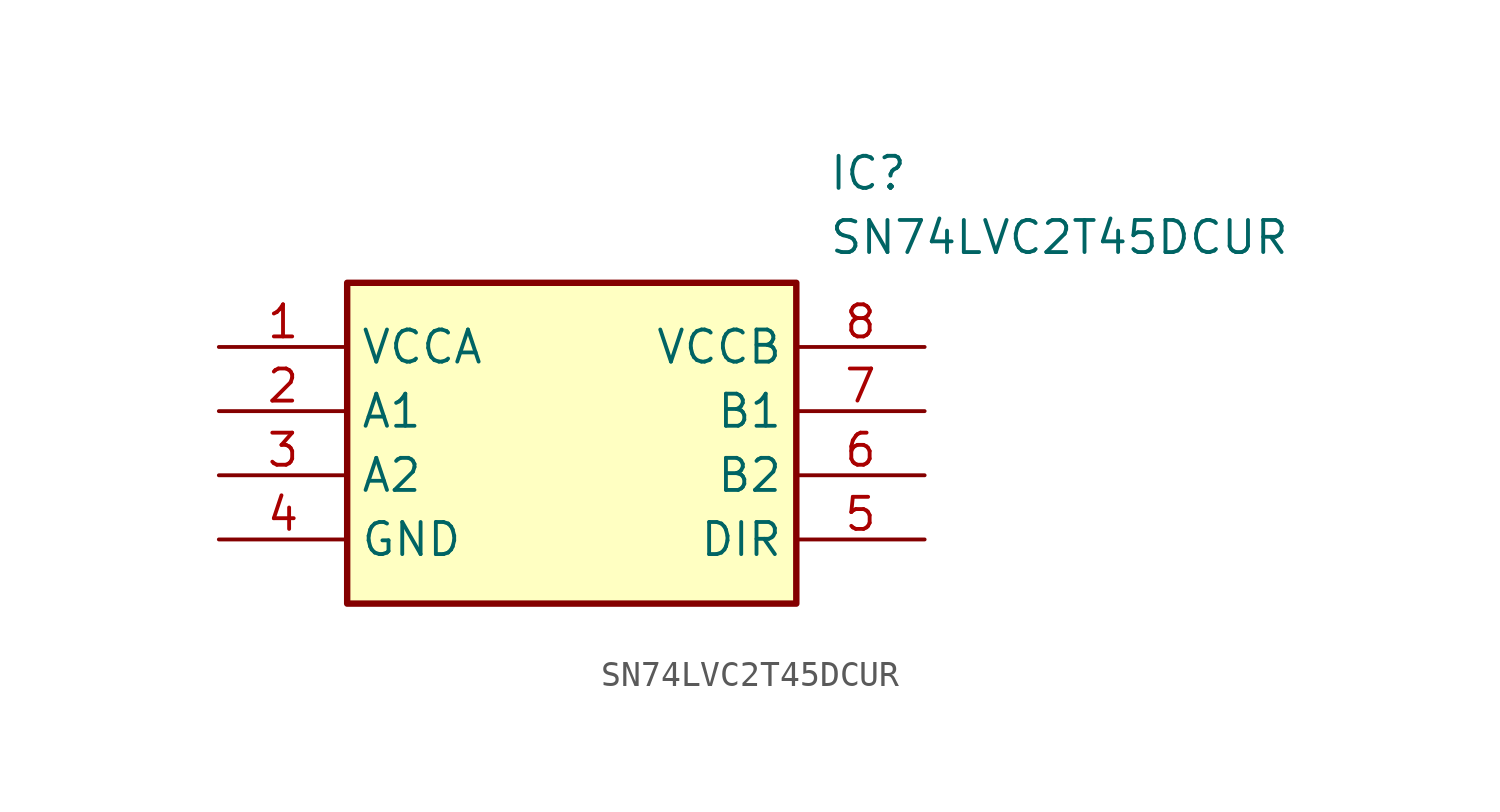
<source format=kicad_sym>
(kicad_symbol_lib
  (version 20211014)
  (generator SamacSys_ECAD_Model)
  (symbol "SN74LVC2T45DCUR"
    (property "Reference" "IC"
      (at 24.13 7.62 0)
      (effects (font (size 1.27 1.27)) (justify left top)))
    (property "Value" "SN74LVC2T45DCUR"
      (at 24.13 5.08 0)
      (effects (font (size 1.27 1.27)) (justify left top)))
    (rectangle
      (start 5.08 2.54)
      (end 22.86 -10.16)
      (stroke (width 0.254) (type default))
      (fill (type background)))
    (pin passive line
      (at 0 0 0)
      (length 5.08)
      (name "VCCA" (effects (font (size 1.27 1.27))))
      (number "1" (effects (font (size 1.27 1.27)))))
    (pin passive line
      (at 0 -2.54 0)
      (length 5.08)
      (name "A1" (effects (font (size 1.27 1.27))))
      (number "2" (effects (font (size 1.27 1.27)))))
    (pin passive line
      (at 0 -5.08 0)
      (length 5.08)
      (name "A2" (effects (font (size 1.27 1.27))))
      (number "3" (effects (font (size 1.27 1.27)))))
    (pin passive line
      (at 0 -7.62 0)
      (length 5.08)
      (name "GND" (effects (font (size 1.27 1.27))))
      (number "4" (effects (font (size 1.27 1.27)))))
    (pin passive line
      (at 27.94 0 180)
      (length 5.08)
      (name "VCCB" (effects (font (size 1.27 1.27))))
      (number "8" (effects (font (size 1.27 1.27)))))
    (pin passive line
      (at 27.94 -2.54 180)
      (length 5.08)
      (name "B1" (effects (font (size 1.27 1.27))))
      (number "7" (effects (font (size 1.27 1.27)))))
    (pin passive line
      (at 27.94 -5.08 180)
      (length 5.08)
      (name "B2" (effects (font (size 1.27 1.27))))
      (number "6" (effects (font (size 1.27 1.27)))))
    (pin passive line
      (at 27.94 -7.62 180)
      (length 5.08)
      (name "DIR" (effects (font (size 1.27 1.27))))
      (number "5" (effects (font (size 1.27 1.27)))))))
</source>
